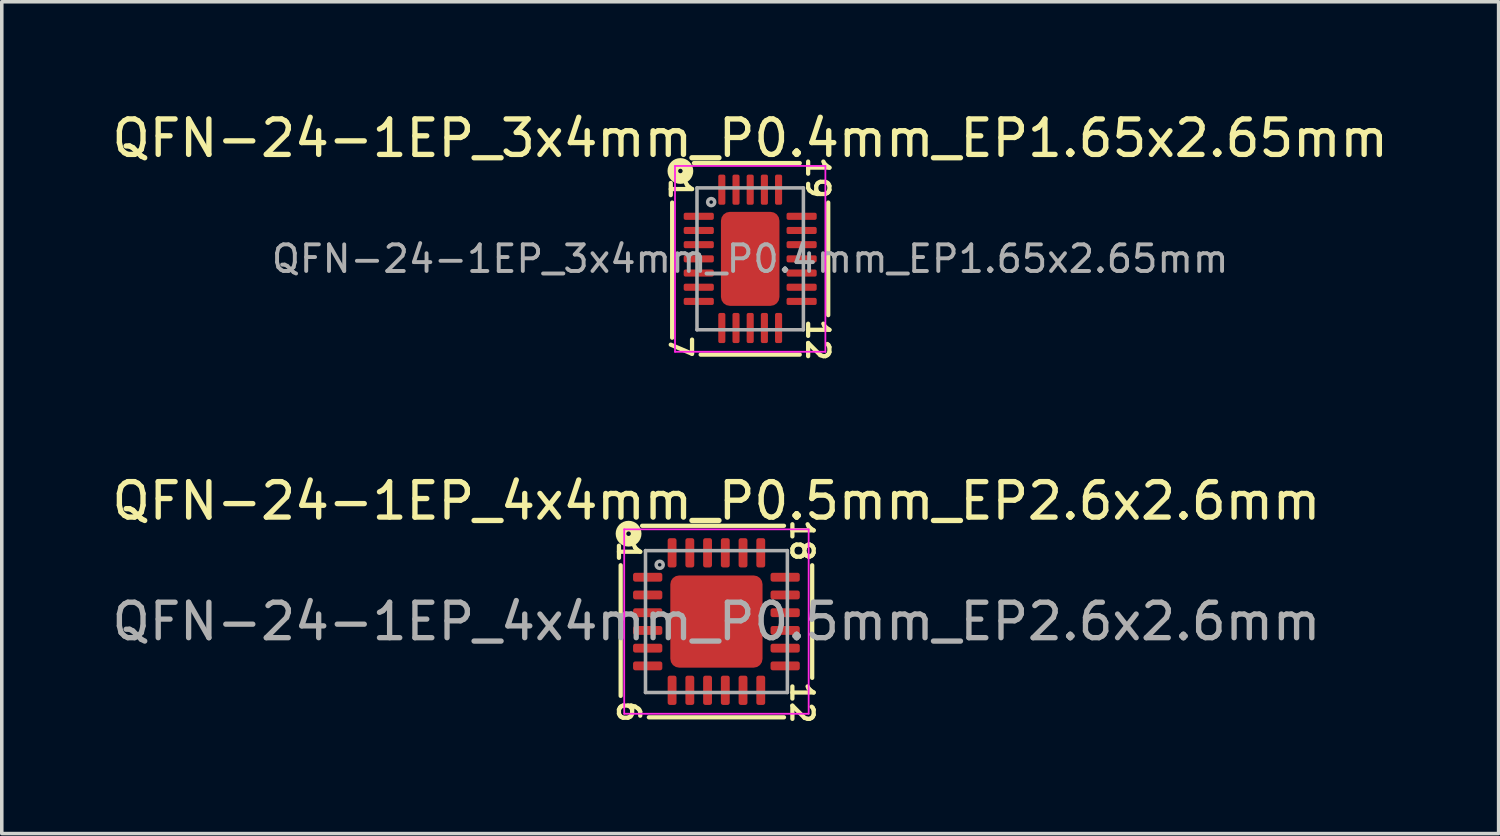
<source format=kicad_pcb>
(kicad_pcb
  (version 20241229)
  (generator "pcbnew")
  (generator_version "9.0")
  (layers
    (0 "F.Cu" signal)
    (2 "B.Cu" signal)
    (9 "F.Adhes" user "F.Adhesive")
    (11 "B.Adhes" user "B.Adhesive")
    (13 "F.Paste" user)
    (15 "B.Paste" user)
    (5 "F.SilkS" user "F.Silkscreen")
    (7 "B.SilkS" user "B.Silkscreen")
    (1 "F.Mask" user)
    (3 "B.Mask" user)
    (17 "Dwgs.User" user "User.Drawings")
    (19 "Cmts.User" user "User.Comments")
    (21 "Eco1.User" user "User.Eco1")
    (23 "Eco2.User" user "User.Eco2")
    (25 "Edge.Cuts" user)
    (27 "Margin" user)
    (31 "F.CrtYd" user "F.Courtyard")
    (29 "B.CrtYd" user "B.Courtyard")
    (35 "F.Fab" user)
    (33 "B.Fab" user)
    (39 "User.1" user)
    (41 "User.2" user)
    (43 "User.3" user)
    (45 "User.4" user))
  (footprint "QFN-24-1EP_3x4mm_P0.4mm_EP1.65x2.65mm"
    (layer "F.Cu")
    (at 18.101 4.248)
    (property "Reference" "QFN-24-1EP_3x4mm_P0.4mm_EP1.65x2.65mm" (at 0 -3.4 0) (layer "F.SilkS") (effects (font (size 1 1) (thickness 0.15))))
    (attr smd)
    (fp_line (start -2.2 -1.587) (end -2.2 2.223) (stroke (width 0.12) (type solid)) (layer "F.SilkS"))
    (fp_line (start -1.397 2.7) (end 1.397 2.7) (stroke (width 0.12) (type solid)) (layer "F.SilkS"))
    (fp_line (start 1.397 -2.7) (end -1.587 -2.7) (stroke (width 0.12) (type solid)) (layer "F.SilkS"))
    (fp_line (start 2.2 1.587) (end 2.2 -1.587) (stroke (width 0.12) (type solid)) (layer "F.SilkS"))
    (fp_circle (center -1.968 -2.477) (end -1.905 -2.477) (stroke (width 0.3) (type solid)) (fill no) (layer "F.SilkS"))
    (fp_line (start -2.12 -2.62) (end -2.12 2.62) (stroke (width 0.05) (type solid)) (layer "F.CrtYd"))
    (fp_line (start -2.12 2.62) (end 2.12 2.62) (stroke (width 0.05) (type solid)) (layer "F.CrtYd"))
    (fp_line (start 2.12 -2.62) (end -2.12 -2.62) (stroke (width 0.05) (type solid)) (layer "F.CrtYd"))
    (fp_line (start 2.12 2.62) (end 2.12 -2.62) (stroke (width 0.05) (type solid)) (layer "F.CrtYd"))
    (fp_line (start -1.5 -2) (end 1.5 -2) (stroke (width 0.1) (type solid)) (layer "F.Fab"))
    (fp_line (start -1.5 2) (end -1.5 -2) (stroke (width 0.1) (type solid)) (layer "F.Fab"))
    (fp_line (start 1.5 -2) (end 1.5 2) (stroke (width 0.1) (type solid)) (layer "F.Fab"))
    (fp_line (start 1.5 2) (end -1.5 2) (stroke (width 0.1) (type solid)) (layer "F.Fab"))
    (fp_circle (center -1.1 -1.6) (end -1 -1.6) (stroke (width 0.1) (type solid)) (fill no) (layer "F.Fab"))
    (fp_text user "12" (at 1.905 2.286 270) (unlocked yes) (layer "F.SilkS") (effects (font (size 0.6 0.6) (thickness 0.12))))
    (fp_text user "1" (at -1.968 -1.968 270) (unlocked yes) (layer "F.SilkS") (effects (font (size 0.6 0.6) (thickness 0.12))))
    (fp_text user "19" (at 1.905 -2.286 270) (unlocked yes) (layer "F.SilkS") (effects (font (size 0.6 0.6) (thickness 0.12))))
    (fp_text user "7" (at -1.968 2.477 270) (unlocked yes) (layer "F.SilkS") (effects (font (size 0.6 0.6) (thickness 0.12))))
    (fp_text user "${REFERENCE}" (at 0 0 0) (layer "F.Fab") (effects (font (size 0.75 0.75) (thickness 0.11))))
    (pad "" smd roundrect (at -0.41 -0.88) (size 0.67 0.71) (layers "F.Paste") (roundrect_rratio 0.25))
    (pad "" smd roundrect (at -0.41 0) (size 0.67 0.71) (layers "F.Paste") (roundrect_rratio 0.25))
    (pad "" smd roundrect (at -0.41 0.88) (size 0.67 0.71) (layers "F.Paste") (roundrect_rratio 0.25))
    (pad "" smd roundrect (at 0.41 -0.88) (size 0.67 0.71) (layers "F.Paste") (roundrect_rratio 0.25))
    (pad "" smd roundrect (at 0.41 0) (size 0.67 0.71) (layers "F.Paste") (roundrect_rratio 0.25))
    (pad "" smd roundrect (at 0.41 0.88) (size 0.67 0.71) (layers "F.Paste") (roundrect_rratio 0.25))
    (pad "1" smd roundrect (at -1.45 -1.2) (size 0.85 0.2) (layers "F.Cu" "F.Mask" "F.Paste") (roundrect_rratio 0.25))
    (pad "2" smd roundrect (at -1.45 -0.8) (size 0.85 0.2) (layers "F.Cu" "F.Mask" "F.Paste") (roundrect_rratio 0.25))
    (pad "3" smd roundrect (at -1.45 -0.4) (size 0.85 0.2) (layers "F.Cu" "F.Mask" "F.Paste") (roundrect_rratio 0.25))
    (pad "4" smd roundrect (at -1.45 0) (size 0.85 0.2) (layers "F.Cu" "F.Mask" "F.Paste") (roundrect_rratio 0.25))
    (pad "5" smd roundrect (at -1.45 0.4) (size 0.85 0.2) (layers "F.Cu" "F.Mask" "F.Paste") (roundrect_rratio 0.25))
    (pad "6" smd roundrect (at -1.45 0.8) (size 0.85 0.2) (layers "F.Cu" "F.Mask" "F.Paste") (roundrect_rratio 0.25))
    (pad "7" smd roundrect (at -1.45 1.2) (size 0.85 0.2) (layers "F.Cu" "F.Mask" "F.Paste") (roundrect_rratio 0.25))
    (pad "8" smd roundrect (at -0.8 1.95) (size 0.2 0.85) (layers "F.Cu" "F.Mask" "F.Paste") (roundrect_rratio 0.25))
    (pad "9" smd roundrect (at -0.4 1.95) (size 0.2 0.85) (layers "F.Cu" "F.Mask" "F.Paste") (roundrect_rratio 0.25))
    (pad "10" smd roundrect (at 0 1.95) (size 0.2 0.85) (layers "F.Cu" "F.Mask" "F.Paste") (roundrect_rratio 0.25))
    (pad "11" smd roundrect (at 0.4 1.95) (size 0.2 0.85) (layers "F.Cu" "F.Mask" "F.Paste") (roundrect_rratio 0.25))
    (pad "12" smd roundrect (at 0.8 1.95) (size 0.2 0.85) (layers "F.Cu" "F.Mask" "F.Paste") (roundrect_rratio 0.25))
    (pad "13" smd roundrect (at 1.45 1.2) (size 0.85 0.2) (layers "F.Cu" "F.Mask" "F.Paste") (roundrect_rratio 0.25))
    (pad "14" smd roundrect (at 1.45 0.8) (size 0.85 0.2) (layers "F.Cu" "F.Mask" "F.Paste") (roundrect_rratio 0.25))
    (pad "15" smd roundrect (at 1.45 0.4) (size 0.85 0.2) (layers "F.Cu" "F.Mask" "F.Paste") (roundrect_rratio 0.25))
    (pad "16" smd roundrect (at 1.45 0) (size 0.85 0.2) (layers "F.Cu" "F.Mask" "F.Paste") (roundrect_rratio 0.25))
    (pad "17" smd roundrect (at 1.45 -0.4) (size 0.85 0.2) (layers "F.Cu" "F.Mask" "F.Paste") (roundrect_rratio 0.25))
    (pad "18" smd roundrect (at 1.45 -0.8) (size 0.85 0.2) (layers "F.Cu" "F.Mask" "F.Paste") (roundrect_rratio 0.25))
    (pad "19" smd roundrect (at 1.45 -1.2) (size 0.85 0.2) (layers "F.Cu" "F.Mask" "F.Paste") (roundrect_rratio 0.25))
    (pad "20" smd roundrect (at 0.8 -1.95) (size 0.2 0.85) (layers "F.Cu" "F.Mask" "F.Paste") (roundrect_rratio 0.25))
    (pad "21" smd roundrect (at 0.4 -1.95) (size 0.2 0.85) (layers "F.Cu" "F.Mask" "F.Paste") (roundrect_rratio 0.25))
    (pad "22" smd roundrect (at 0 -1.95) (size 0.2 0.85) (layers "F.Cu" "F.Mask" "F.Paste") (roundrect_rratio 0.25))
    (pad "23" smd roundrect (at -0.4 -1.95) (size 0.2 0.85) (layers "F.Cu" "F.Mask" "F.Paste") (roundrect_rratio 0.25))
    (pad "24" smd roundrect (at -0.8 -1.95) (size 0.2 0.85) (layers "F.Cu" "F.Mask" "F.Paste") (roundrect_rratio 0.25))
    (pad "25" smd roundrect (at 0 0) (size 1.65 2.65) (layers "F.Cu" "F.Mask") (roundrect_rratio 0.152)))
  (footprint "QFN-24-1EP_4x4mm_P0.5mm_EP2.6x2.6mm"
    (layer "F.Cu")
    (at 17.149 14.474)
    (property "Reference" "QFN-24-1EP_4x4mm_P0.5mm_EP2.6x2.6mm" (at 0 -3.4 0) (layer "F.SilkS") (effects (font (size 1 1) (thickness 0.15))))
    (attr smd)
    (fp_line (start -2.7 -1.587) (end -2.7 2.095) (stroke (width 0.12) (type solid)) (layer "F.SilkS"))
    (fp_line (start -1.905 2.7) (end 1.905 2.7) (stroke (width 0.12) (type solid)) (layer "F.SilkS"))
    (fp_line (start 1.905 -2.7) (end -2.095 -2.7) (stroke (width 0.12) (type solid)) (layer "F.SilkS"))
    (fp_line (start 2.7 1.587) (end 2.7 -1.587) (stroke (width 0.12) (type solid)) (layer "F.SilkS"))
    (fp_circle (center -2.477 -2.477) (end -2.413 -2.477) (stroke (width 0.3) (type solid)) (fill no) (layer "F.SilkS"))
    (fp_line (start -2.6 -2.6) (end -2.6 2.6) (stroke (width 0.05) (type solid)) (layer "F.CrtYd"))
    (fp_line (start -2.6 2.6) (end 2.6 2.6) (stroke (width 0.05) (type solid)) (layer "F.CrtYd"))
    (fp_line (start 2.6 -2.6) (end -2.6 -2.6) (stroke (width 0.05) (type solid)) (layer "F.CrtYd"))
    (fp_line (start 2.6 2.6) (end 2.6 -2.6) (stroke (width 0.05) (type solid)) (layer "F.CrtYd"))
    (fp_line (start -2 -2) (end 2 -2) (stroke (width 0.1) (type solid)) (layer "F.Fab"))
    (fp_line (start -2 2) (end -2 -2) (stroke (width 0.1) (type solid)) (layer "F.Fab"))
    (fp_line (start 2 -2) (end 2 2) (stroke (width 0.1) (type solid)) (layer "F.Fab"))
    (fp_line (start 2 2) (end -2 2) (stroke (width 0.1) (type solid)) (layer "F.Fab"))
    (fp_circle (center -1.6 -1.6) (end -1.5 -1.6) (stroke (width 0.1) (type solid)) (fill no) (layer "F.Fab"))
    (fp_text user "18" (at 2.413 -2.286 270) (unlocked yes) (layer "F.SilkS") (effects (font (size 0.6 0.6) (thickness 0.12))))
    (fp_text user "6" (at -2.477 2.54 270) (unlocked yes) (layer "F.SilkS") (effects (font (size 0.6 0.6) (thickness 0.12))))
    (fp_text user "1" (at -2.477 -1.968 270) (unlocked yes) (layer "F.SilkS") (effects (font (size 0.6 0.6) (thickness 0.12))))
    (fp_text user "12" (at 2.413 2.286 270) (unlocked yes) (layer "F.SilkS") (effects (font (size 0.6 0.6) (thickness 0.12))))
    (fp_text user "${REFERENCE}" (at 0 0 0) (layer "F.Fab") (effects (font (size 1 1) (thickness 0.15))))
    (pad "" smd roundrect (at -0.65 -0.65) (size 1.05 1.05) (layers "F.Paste") (roundrect_rratio 0.238))
    (pad "" smd roundrect (at -0.65 0.65) (size 1.05 1.05) (layers "F.Paste") (roundrect_rratio 0.238))
    (pad "" smd roundrect (at 0.65 -0.65) (size 1.05 1.05) (layers "F.Paste") (roundrect_rratio 0.238))
    (pad "" smd roundrect (at 0.65 0.65) (size 1.05 1.05) (layers "F.Paste") (roundrect_rratio 0.238))
    (pad "1" smd roundrect (at -1.938 -1.25) (size 0.825 0.25) (layers "F.Cu" "F.Mask" "F.Paste") (roundrect_rratio 0.25))
    (pad "2" smd roundrect (at -1.938 -0.75) (size 0.825 0.25) (layers "F.Cu" "F.Mask" "F.Paste") (roundrect_rratio 0.25))
    (pad "3" smd roundrect (at -1.938 -0.25) (size 0.825 0.25) (layers "F.Cu" "F.Mask" "F.Paste") (roundrect_rratio 0.25))
    (pad "4" smd roundrect (at -1.938 0.25) (size 0.825 0.25) (layers "F.Cu" "F.Mask" "F.Paste") (roundrect_rratio 0.25))
    (pad "5" smd roundrect (at -1.938 0.75) (size 0.825 0.25) (layers "F.Cu" "F.Mask" "F.Paste") (roundrect_rratio 0.25))
    (pad "6" smd roundrect (at -1.938 1.25) (size 0.825 0.25) (layers "F.Cu" "F.Mask" "F.Paste") (roundrect_rratio 0.25))
    (pad "7" smd roundrect (at -1.25 1.938) (size 0.25 0.825) (layers "F.Cu" "F.Mask" "F.Paste") (roundrect_rratio 0.25))
    (pad "8" smd roundrect (at -0.75 1.938) (size 0.25 0.825) (layers "F.Cu" "F.Mask" "F.Paste") (roundrect_rratio 0.25))
    (pad "9" smd roundrect (at -0.25 1.938) (size 0.25 0.825) (layers "F.Cu" "F.Mask" "F.Paste") (roundrect_rratio 0.25))
    (pad "10" smd roundrect (at 0.25 1.938) (size 0.25 0.825) (layers "F.Cu" "F.Mask" "F.Paste") (roundrect_rratio 0.25))
    (pad "11" smd roundrect (at 0.75 1.938) (size 0.25 0.825) (layers "F.Cu" "F.Mask" "F.Paste") (roundrect_rratio 0.25))
    (pad "12" smd roundrect (at 1.25 1.938) (size 0.25 0.825) (layers "F.Cu" "F.Mask" "F.Paste") (roundrect_rratio 0.25))
    (pad "13" smd roundrect (at 1.938 1.25) (size 0.825 0.25) (layers "F.Cu" "F.Mask" "F.Paste") (roundrect_rratio 0.25))
    (pad "14" smd roundrect (at 1.938 0.75) (size 0.825 0.25) (layers "F.Cu" "F.Mask" "F.Paste") (roundrect_rratio 0.25))
    (pad "15" smd roundrect (at 1.938 0.25) (size 0.825 0.25) (layers "F.Cu" "F.Mask" "F.Paste") (roundrect_rratio 0.25))
    (pad "16" smd roundrect (at 1.938 -0.25) (size 0.825 0.25) (layers "F.Cu" "F.Mask" "F.Paste") (roundrect_rratio 0.25))
    (pad "17" smd roundrect (at 1.938 -0.75) (size 0.825 0.25) (layers "F.Cu" "F.Mask" "F.Paste") (roundrect_rratio 0.25))
    (pad "18" smd roundrect (at 1.938 -1.25) (size 0.825 0.25) (layers "F.Cu" "F.Mask" "F.Paste") (roundrect_rratio 0.25))
    (pad "19" smd roundrect (at 1.25 -1.938) (size 0.25 0.825) (layers "F.Cu" "F.Mask" "F.Paste") (roundrect_rratio 0.25))
    (pad "20" smd roundrect (at 0.75 -1.938) (size 0.25 0.825) (layers "F.Cu" "F.Mask" "F.Paste") (roundrect_rratio 0.25))
    (pad "21" smd roundrect (at 0.25 -1.938) (size 0.25 0.825) (layers "F.Cu" "F.Mask" "F.Paste") (roundrect_rratio 0.25))
    (pad "22" smd roundrect (at -0.25 -1.938) (size 0.25 0.825) (layers "F.Cu" "F.Mask" "F.Paste") (roundrect_rratio 0.25))
    (pad "23" smd roundrect (at -0.75 -1.938) (size 0.25 0.825) (layers "F.Cu" "F.Mask" "F.Paste") (roundrect_rratio 0.25))
    (pad "24" smd roundrect (at -1.25 -1.938) (size 0.25 0.825) (layers "F.Cu" "F.Mask" "F.Paste") (roundrect_rratio 0.25))
    (pad "25" smd roundrect (at 0 0) (size 2.6 2.6) (layers "F.Cu" "F.Mask") (roundrect_rratio 0.096)))
  (gr_rect
    (start -3 -3)
    (end 39.202 20.451)
    (stroke (width 0.1) (type default))
    (fill no)
    (layer "Edge.Cuts")))
</source>
